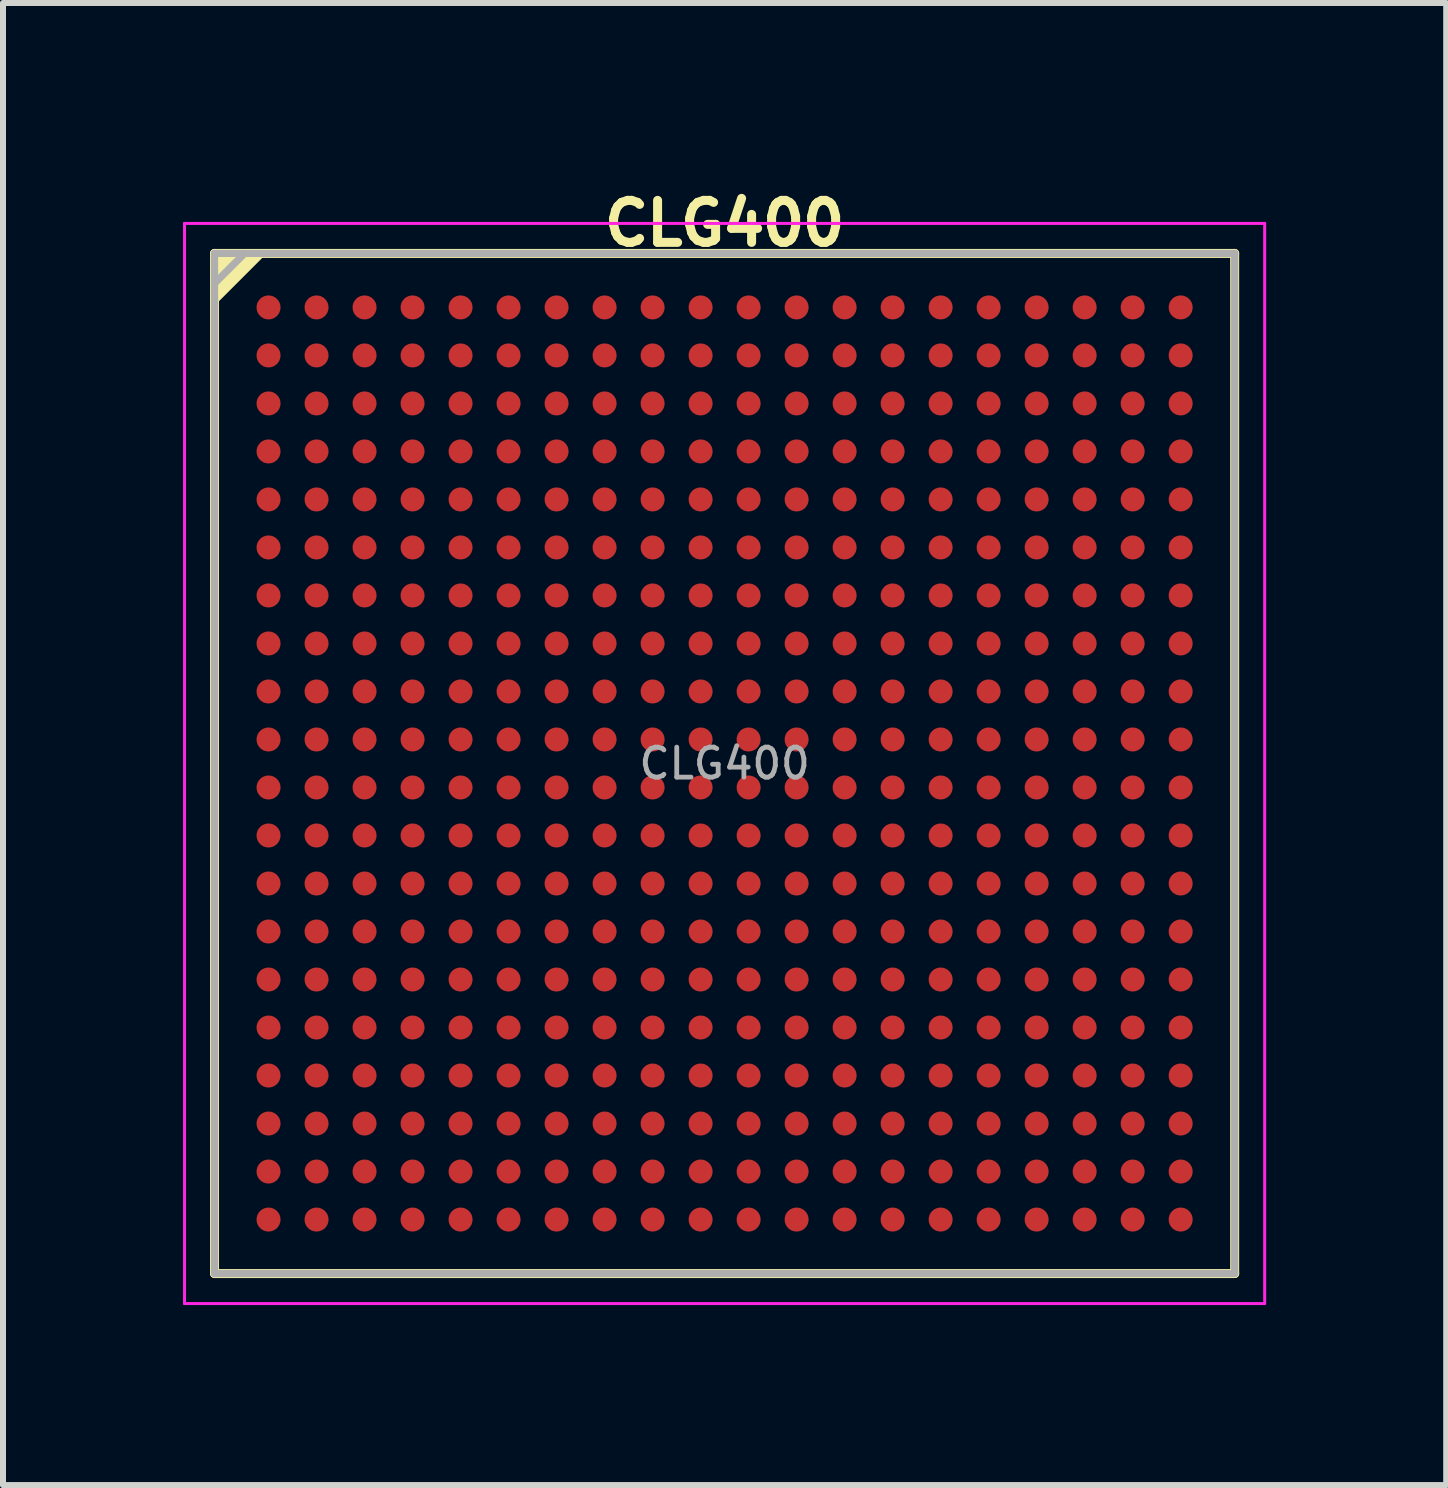
<source format=kicad_pcb>
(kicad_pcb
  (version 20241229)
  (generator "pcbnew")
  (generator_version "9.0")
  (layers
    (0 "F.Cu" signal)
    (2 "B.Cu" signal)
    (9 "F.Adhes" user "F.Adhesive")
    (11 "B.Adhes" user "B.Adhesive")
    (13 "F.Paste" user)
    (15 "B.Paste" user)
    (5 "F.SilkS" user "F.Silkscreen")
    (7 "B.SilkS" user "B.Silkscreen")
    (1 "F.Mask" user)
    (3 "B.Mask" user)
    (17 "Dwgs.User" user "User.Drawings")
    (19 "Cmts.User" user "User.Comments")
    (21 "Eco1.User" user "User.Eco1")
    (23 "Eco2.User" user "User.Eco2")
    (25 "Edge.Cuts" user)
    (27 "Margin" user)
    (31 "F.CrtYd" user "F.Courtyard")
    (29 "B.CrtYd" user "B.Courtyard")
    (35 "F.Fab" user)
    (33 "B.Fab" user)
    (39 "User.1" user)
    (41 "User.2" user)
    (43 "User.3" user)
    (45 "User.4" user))
  (footprint "CLG400"
    (layer "F.Cu")
    (at 9.025 9.673)
    (property "Reference" "CLG400" (at 0 -9 0) (layer "F.SilkS") (effects (font (size 0.7 0.7) (thickness 0.15))))
    (property "Value" "${VALUE}" (at 0 8 0) (layer "F.Fab") (hide yes) (effects (font (size 0.4 0.4) (thickness 0.07))))
    (attr through_hole)
    (fp_line (start -8.5 -8.5) (end -8.5 8.5) (stroke (width 0.15) (type solid)) (layer "F.SilkS"))
    (fp_line (start -8.5 8.5) (end 8.5 8.5) (stroke (width 0.15) (type solid)) (layer "F.SilkS"))
    (fp_line (start 8.5 -8.5) (end -8.5 -8.5) (stroke (width 0.15) (type solid)) (layer "F.SilkS"))
    (fp_line (start 8.5 8.5) (end 8.5 -8.5) (stroke (width 0.15) (type solid)) (layer "F.SilkS"))
    (fp_poly (pts (xy -8.5 -7.7) (xy -7.7 -8.5) (xy -8.5 -8.5)) (stroke (width 0.1) (type solid)) (fill yes) (layer "F.SilkS"))
    (fp_line (start -9 -9) (end 9 -9) (stroke (width 0.05) (type solid)) (layer "F.CrtYd"))
    (fp_line (start -9 9) (end -9 -9) (stroke (width 0.05) (type solid)) (layer "F.CrtYd"))
    (fp_line (start 9 -9) (end 9 9) (stroke (width 0.05) (type solid)) (layer "F.CrtYd"))
    (fp_line (start 9 9) (end -9 9) (stroke (width 0.05) (type solid)) (layer "F.CrtYd"))
    (fp_line (start -8.5 -8.5) (end 8.5 -8.5) (stroke (width 0.12) (type solid)) (layer "F.Fab"))
    (fp_line (start -8.5 8.5) (end -8.5 -8.5) (stroke (width 0.12) (type solid)) (layer "F.Fab"))
    (fp_line (start -8 -8.5) (end -8.5 -8) (stroke (width 0.12) (type solid)) (layer "F.Fab"))
    (fp_line (start 8.5 -8.5) (end 8.5 8.5) (stroke (width 0.12) (type solid)) (layer "F.Fab"))
    (fp_line (start 8.5 8.5) (end -8.5 8.5) (stroke (width 0.12) (type solid)) (layer "F.Fab"))
    (fp_poly (pts (xy -8.5 -8) (xy -8.5 -8.5) (xy -8 -8.5)) (stroke (width 0.1) (type solid)) (fill no) (layer "F.Fab"))
    (fp_text user "${REFERENCE}" (at 0 0 0) (layer "F.Fab") (effects (font (size 0.5 0.5) (thickness 0.08))))
    (pad "A1" smd circle (at -7.6 -7.6) (size 0.4 0.4) (layers "F.Cu" "F.Mask" "F.Paste"))
    (pad "A2" smd circle (at -6.8 -7.6) (size 0.4 0.4) (layers "F.Cu" "F.Mask" "F.Paste"))
    (pad "A3" smd circle (at -6 -7.6) (size 0.4 0.4) (layers "F.Cu" "F.Mask" "F.Paste"))
    (pad "A4" smd circle (at -5.2 -7.6) (size 0.4 0.4) (layers "F.Cu" "F.Mask" "F.Paste"))
    (pad "A5" smd circle (at -4.4 -7.6) (size 0.4 0.4) (layers "F.Cu" "F.Mask" "F.Paste"))
    (pad "A6" smd circle (at -3.6 -7.6) (size 0.4 0.4) (layers "F.Cu" "F.Mask" "F.Paste"))
    (pad "A7" smd circle (at -2.8 -7.6) (size 0.4 0.4) (layers "F.Cu" "F.Mask" "F.Paste"))
    (pad "A8" smd circle (at -2 -7.6) (size 0.4 0.4) (layers "F.Cu" "F.Mask" "F.Paste"))
    (pad "A9" smd circle (at -1.2 -7.6) (size 0.4 0.4) (layers "F.Cu" "F.Mask" "F.Paste"))
    (pad "A10" smd circle (at -0.4 -7.6) (size 0.4 0.4) (layers "F.Cu" "F.Mask" "F.Paste"))
    (pad "A11" smd circle (at 0.4 -7.6) (size 0.4 0.4) (layers "F.Cu" "F.Mask" "F.Paste"))
    (pad "A12" smd circle (at 1.2 -7.6) (size 0.4 0.4) (layers "F.Cu" "F.Mask" "F.Paste"))
    (pad "A13" smd circle (at 2 -7.6) (size 0.4 0.4) (layers "F.Cu" "F.Mask" "F.Paste"))
    (pad "A14" smd circle (at 2.8 -7.6) (size 0.4 0.4) (layers "F.Cu" "F.Mask" "F.Paste"))
    (pad "A15" smd circle (at 3.6 -7.6) (size 0.4 0.4) (layers "F.Cu" "F.Mask" "F.Paste"))
    (pad "A16" smd circle (at 4.4 -7.6) (size 0.4 0.4) (layers "F.Cu" "F.Mask" "F.Paste"))
    (pad "A17" smd circle (at 5.2 -7.6) (size 0.4 0.4) (layers "F.Cu" "F.Mask" "F.Paste"))
    (pad "A18" smd circle (at 6 -7.6) (size 0.4 0.4) (layers "F.Cu" "F.Mask" "F.Paste"))
    (pad "A19" smd circle (at 6.8 -7.6) (size 0.4 0.4) (layers "F.Cu" "F.Mask" "F.Paste"))
    (pad "A20" smd circle (at 7.6 -7.6) (size 0.4 0.4) (layers "F.Cu" "F.Mask" "F.Paste"))
    (pad "B1" smd circle (at -7.6 -6.8) (size 0.4 0.4) (layers "F.Cu" "F.Mask" "F.Paste"))
    (pad "B2" smd circle (at -6.8 -6.8) (size 0.4 0.4) (layers "F.Cu" "F.Mask" "F.Paste"))
    (pad "B3" smd circle (at -6 -6.8) (size 0.4 0.4) (layers "F.Cu" "F.Mask" "F.Paste"))
    (pad "B4" smd circle (at -5.2 -6.8) (size 0.4 0.4) (layers "F.Cu" "F.Mask" "F.Paste"))
    (pad "B5" smd circle (at -4.4 -6.8) (size 0.4 0.4) (layers "F.Cu" "F.Mask" "F.Paste"))
    (pad "B6" smd circle (at -3.6 -6.8) (size 0.4 0.4) (layers "F.Cu" "F.Mask" "F.Paste"))
    (pad "B7" smd circle (at -2.8 -6.8) (size 0.4 0.4) (layers "F.Cu" "F.Mask" "F.Paste"))
    (pad "B8" smd circle (at -2 -6.8) (size 0.4 0.4) (layers "F.Cu" "F.Mask" "F.Paste"))
    (pad "B9" smd circle (at -1.2 -6.8) (size 0.4 0.4) (layers "F.Cu" "F.Mask" "F.Paste"))
    (pad "B10" smd circle (at -0.4 -6.8) (size 0.4 0.4) (layers "F.Cu" "F.Mask" "F.Paste"))
    (pad "B11" smd circle (at 0.4 -6.8) (size 0.4 0.4) (layers "F.Cu" "F.Mask" "F.Paste"))
    (pad "B12" smd circle (at 1.2 -6.8) (size 0.4 0.4) (layers "F.Cu" "F.Mask" "F.Paste"))
    (pad "B13" smd circle (at 2 -6.8) (size 0.4 0.4) (layers "F.Cu" "F.Mask" "F.Paste"))
    (pad "B14" smd circle (at 2.8 -6.8) (size 0.4 0.4) (layers "F.Cu" "F.Mask" "F.Paste"))
    (pad "B15" smd circle (at 3.6 -6.8) (size 0.4 0.4) (layers "F.Cu" "F.Mask" "F.Paste"))
    (pad "B16" smd circle (at 4.4 -6.8) (size 0.4 0.4) (layers "F.Cu" "F.Mask" "F.Paste"))
    (pad "B17" smd circle (at 5.2 -6.8) (size 0.4 0.4) (layers "F.Cu" "F.Mask" "F.Paste"))
    (pad "B18" smd circle (at 6 -6.8) (size 0.4 0.4) (layers "F.Cu" "F.Mask" "F.Paste"))
    (pad "B19" smd circle (at 6.8 -6.8) (size 0.4 0.4) (layers "F.Cu" "F.Mask" "F.Paste"))
    (pad "B20" smd circle (at 7.6 -6.8) (size 0.4 0.4) (layers "F.Cu" "F.Mask" "F.Paste"))
    (pad "C1" smd circle (at -7.6 -6) (size 0.4 0.4) (layers "F.Cu" "F.Mask" "F.Paste"))
    (pad "C2" smd circle (at -6.8 -6) (size 0.4 0.4) (layers "F.Cu" "F.Mask" "F.Paste"))
    (pad "C3" smd circle (at -6 -6) (size 0.4 0.4) (layers "F.Cu" "F.Mask" "F.Paste"))
    (pad "C4" smd circle (at -5.2 -6) (size 0.4 0.4) (layers "F.Cu" "F.Mask" "F.Paste"))
    (pad "C5" smd circle (at -4.4 -6) (size 0.4 0.4) (layers "F.Cu" "F.Mask" "F.Paste"))
    (pad "C6" smd circle (at -3.6 -6) (size 0.4 0.4) (layers "F.Cu" "F.Mask" "F.Paste"))
    (pad "C7" smd circle (at -2.8 -6) (size 0.4 0.4) (layers "F.Cu" "F.Mask" "F.Paste"))
    (pad "C8" smd circle (at -2 -6) (size 0.4 0.4) (layers "F.Cu" "F.Mask" "F.Paste"))
    (pad "C9" smd circle (at -1.2 -6) (size 0.4 0.4) (layers "F.Cu" "F.Mask" "F.Paste"))
    (pad "C10" smd circle (at -0.4 -6) (size 0.4 0.4) (layers "F.Cu" "F.Mask" "F.Paste"))
    (pad "C11" smd circle (at 0.4 -6) (size 0.4 0.4) (layers "F.Cu" "F.Mask" "F.Paste"))
    (pad "C12" smd circle (at 1.2 -6) (size 0.4 0.4) (layers "F.Cu" "F.Mask" "F.Paste"))
    (pad "C13" smd circle (at 2 -6) (size 0.4 0.4) (layers "F.Cu" "F.Mask" "F.Paste"))
    (pad "C14" smd circle (at 2.8 -6) (size 0.4 0.4) (layers "F.Cu" "F.Mask" "F.Paste"))
    (pad "C15" smd circle (at 3.6 -6) (size 0.4 0.4) (layers "F.Cu" "F.Mask" "F.Paste"))
    (pad "C16" smd circle (at 4.4 -6) (size 0.4 0.4) (layers "F.Cu" "F.Mask" "F.Paste"))
    (pad "C17" smd circle (at 5.2 -6) (size 0.4 0.4) (layers "F.Cu" "F.Mask" "F.Paste"))
    (pad "C18" smd circle (at 6 -6) (size 0.4 0.4) (layers "F.Cu" "F.Mask" "F.Paste"))
    (pad "C19" smd circle (at 6.8 -6) (size 0.4 0.4) (layers "F.Cu" "F.Mask" "F.Paste"))
    (pad "C20" smd circle (at 7.6 -6) (size 0.4 0.4) (layers "F.Cu" "F.Mask" "F.Paste"))
    (pad "D1" smd circle (at -7.6 -5.2) (size 0.4 0.4) (layers "F.Cu" "F.Mask" "F.Paste"))
    (pad "D2" smd circle (at -6.8 -5.2) (size 0.4 0.4) (layers "F.Cu" "F.Mask" "F.Paste"))
    (pad "D3" smd circle (at -6 -5.2) (size 0.4 0.4) (layers "F.Cu" "F.Mask" "F.Paste"))
    (pad "D4" smd circle (at -5.2 -5.2) (size 0.4 0.4) (layers "F.Cu" "F.Mask" "F.Paste"))
    (pad "D5" smd circle (at -4.4 -5.2) (size 0.4 0.4) (layers "F.Cu" "F.Mask" "F.Paste"))
    (pad "D6" smd circle (at -3.6 -5.2) (size 0.4 0.4) (layers "F.Cu" "F.Mask" "F.Paste"))
    (pad "D7" smd circle (at -2.8 -5.2) (size 0.4 0.4) (layers "F.Cu" "F.Mask" "F.Paste"))
    (pad "D8" smd circle (at -2 -5.2) (size 0.4 0.4) (layers "F.Cu" "F.Mask" "F.Paste"))
    (pad "D9" smd circle (at -1.2 -5.2) (size 0.4 0.4) (layers "F.Cu" "F.Mask" "F.Paste"))
    (pad "D10" smd circle (at -0.4 -5.2) (size 0.4 0.4) (layers "F.Cu" "F.Mask" "F.Paste"))
    (pad "D11" smd circle (at 0.4 -5.2) (size 0.4 0.4) (layers "F.Cu" "F.Mask" "F.Paste"))
    (pad "D12" smd circle (at 1.2 -5.2) (size 0.4 0.4) (layers "F.Cu" "F.Mask" "F.Paste"))
    (pad "D13" smd circle (at 2 -5.2) (size 0.4 0.4) (layers "F.Cu" "F.Mask" "F.Paste"))
    (pad "D14" smd circle (at 2.8 -5.2) (size 0.4 0.4) (layers "F.Cu" "F.Mask" "F.Paste"))
    (pad "D15" smd circle (at 3.6 -5.2) (size 0.4 0.4) (layers "F.Cu" "F.Mask" "F.Paste"))
    (pad "D16" smd circle (at 4.4 -5.2) (size 0.4 0.4) (layers "F.Cu" "F.Mask" "F.Paste"))
    (pad "D17" smd circle (at 5.2 -5.2) (size 0.4 0.4) (layers "F.Cu" "F.Mask" "F.Paste"))
    (pad "D18" smd circle (at 6 -5.2) (size 0.4 0.4) (layers "F.Cu" "F.Mask" "F.Paste"))
    (pad "D19" smd circle (at 6.8 -5.2) (size 0.4 0.4) (layers "F.Cu" "F.Mask" "F.Paste"))
    (pad "D20" smd circle (at 7.6 -5.2) (size 0.4 0.4) (layers "F.Cu" "F.Mask" "F.Paste"))
    (pad "E1" smd circle (at -7.6 -4.4) (size 0.4 0.4) (layers "F.Cu" "F.Mask" "F.Paste"))
    (pad "E2" smd circle (at -6.8 -4.4) (size 0.4 0.4) (layers "F.Cu" "F.Mask" "F.Paste"))
    (pad "E3" smd circle (at -6 -4.4) (size 0.4 0.4) (layers "F.Cu" "F.Mask" "F.Paste"))
    (pad "E4" smd circle (at -5.2 -4.4) (size 0.4 0.4) (layers "F.Cu" "F.Mask" "F.Paste"))
    (pad "E5" smd circle (at -4.4 -4.4) (size 0.4 0.4) (layers "F.Cu" "F.Mask" "F.Paste"))
    (pad "E6" smd circle (at -3.6 -4.4) (size 0.4 0.4) (layers "F.Cu" "F.Mask" "F.Paste"))
    (pad "E7" smd circle (at -2.8 -4.4) (size 0.4 0.4) (layers "F.Cu" "F.Mask" "F.Paste"))
    (pad "E8" smd circle (at -2 -4.4) (size 0.4 0.4) (layers "F.Cu" "F.Mask" "F.Paste"))
    (pad "E9" smd circle (at -1.2 -4.4) (size 0.4 0.4) (layers "F.Cu" "F.Mask" "F.Paste"))
    (pad "E10" smd circle (at -0.4 -4.4) (size 0.4 0.4) (layers "F.Cu" "F.Mask" "F.Paste"))
    (pad "E11" smd circle (at 0.4 -4.4) (size 0.4 0.4) (layers "F.Cu" "F.Mask" "F.Paste"))
    (pad "E12" smd circle (at 1.2 -4.4) (size 0.4 0.4) (layers "F.Cu" "F.Mask" "F.Paste"))
    (pad "E13" smd circle (at 2 -4.4) (size 0.4 0.4) (layers "F.Cu" "F.Mask" "F.Paste"))
    (pad "E14" smd circle (at 2.8 -4.4) (size 0.4 0.4) (layers "F.Cu" "F.Mask" "F.Paste"))
    (pad "E15" smd circle (at 3.6 -4.4) (size 0.4 0.4) (layers "F.Cu" "F.Mask" "F.Paste"))
    (pad "E16" smd circle (at 4.4 -4.4) (size 0.4 0.4) (layers "F.Cu" "F.Mask" "F.Paste"))
    (pad "E17" smd circle (at 5.2 -4.4) (size 0.4 0.4) (layers "F.Cu" "F.Mask" "F.Paste"))
    (pad "E18" smd circle (at 6 -4.4) (size 0.4 0.4) (layers "F.Cu" "F.Mask" "F.Paste"))
    (pad "E19" smd circle (at 6.8 -4.4) (size 0.4 0.4) (layers "F.Cu" "F.Mask" "F.Paste"))
    (pad "E20" smd circle (at 7.6 -4.4) (size 0.4 0.4) (layers "F.Cu" "F.Mask" "F.Paste"))
    (pad "F1" smd circle (at -7.6 -3.6) (size 0.4 0.4) (layers "F.Cu" "F.Mask" "F.Paste"))
    (pad "F2" smd circle (at -6.8 -3.6) (size 0.4 0.4) (layers "F.Cu" "F.Mask" "F.Paste"))
    (pad "F3" smd circle (at -6 -3.6) (size 0.4 0.4) (layers "F.Cu" "F.Mask" "F.Paste"))
    (pad "F4" smd circle (at -5.2 -3.6) (size 0.4 0.4) (layers "F.Cu" "F.Mask" "F.Paste"))
    (pad "F5" smd circle (at -4.4 -3.6) (size 0.4 0.4) (layers "F.Cu" "F.Mask" "F.Paste"))
    (pad "F6" smd circle (at -3.6 -3.6) (size 0.4 0.4) (layers "F.Cu" "F.Mask" "F.Paste"))
    (pad "F7" smd circle (at -2.8 -3.6) (size 0.4 0.4) (layers "F.Cu" "F.Mask" "F.Paste"))
    (pad "F8" smd circle (at -2 -3.6) (size 0.4 0.4) (layers "F.Cu" "F.Mask" "F.Paste"))
    (pad "F9" smd circle (at -1.2 -3.6) (size 0.4 0.4) (layers "F.Cu" "F.Mask" "F.Paste"))
    (pad "F10" smd circle (at -0.4 -3.6) (size 0.4 0.4) (layers "F.Cu" "F.Mask" "F.Paste"))
    (pad "F11" smd circle (at 0.4 -3.6) (size 0.4 0.4) (layers "F.Cu" "F.Mask" "F.Paste"))
    (pad "F12" smd circle (at 1.2 -3.6) (size 0.4 0.4) (layers "F.Cu" "F.Mask" "F.Paste"))
    (pad "F13" smd circle (at 2 -3.6) (size 0.4 0.4) (layers "F.Cu" "F.Mask" "F.Paste"))
    (pad "F14" smd circle (at 2.8 -3.6) (size 0.4 0.4) (layers "F.Cu" "F.Mask" "F.Paste"))
    (pad "F15" smd circle (at 3.6 -3.6) (size 0.4 0.4) (layers "F.Cu" "F.Mask" "F.Paste"))
    (pad "F16" smd circle (at 4.4 -3.6) (size 0.4 0.4) (layers "F.Cu" "F.Mask" "F.Paste"))
    (pad "F17" smd circle (at 5.2 -3.6) (size 0.4 0.4) (layers "F.Cu" "F.Mask" "F.Paste"))
    (pad "F18" smd circle (at 6 -3.6) (size 0.4 0.4) (layers "F.Cu" "F.Mask" "F.Paste"))
    (pad "F19" smd circle (at 6.8 -3.6) (size 0.4 0.4) (layers "F.Cu" "F.Mask" "F.Paste"))
    (pad "F20" smd circle (at 7.6 -3.6) (size 0.4 0.4) (layers "F.Cu" "F.Mask" "F.Paste"))
    (pad "G1" smd circle (at -7.6 -2.8) (size 0.4 0.4) (layers "F.Cu" "F.Mask" "F.Paste"))
    (pad "G2" smd circle (at -6.8 -2.8) (size 0.4 0.4) (layers "F.Cu" "F.Mask" "F.Paste"))
    (pad "G3" smd circle (at -6 -2.8) (size 0.4 0.4) (layers "F.Cu" "F.Mask" "F.Paste"))
    (pad "G4" smd circle (at -5.2 -2.8) (size 0.4 0.4) (layers "F.Cu" "F.Mask" "F.Paste"))
    (pad "G5" smd circle (at -4.4 -2.8) (size 0.4 0.4) (layers "F.Cu" "F.Mask" "F.Paste"))
    (pad "G6" smd circle (at -3.6 -2.8) (size 0.4 0.4) (layers "F.Cu" "F.Mask" "F.Paste"))
    (pad "G7" smd circle (at -2.8 -2.8) (size 0.4 0.4) (layers "F.Cu" "F.Mask" "F.Paste"))
    (pad "G8" smd circle (at -2 -2.8) (size 0.4 0.4) (layers "F.Cu" "F.Mask" "F.Paste"))
    (pad "G9" smd circle (at -1.2 -2.8) (size 0.4 0.4) (layers "F.Cu" "F.Mask" "F.Paste"))
    (pad "G10" smd circle (at -0.4 -2.8) (size 0.4 0.4) (layers "F.Cu" "F.Mask" "F.Paste"))
    (pad "G11" smd circle (at 0.4 -2.8) (size 0.4 0.4) (layers "F.Cu" "F.Mask" "F.Paste"))
    (pad "G12" smd circle (at 1.2 -2.8) (size 0.4 0.4) (layers "F.Cu" "F.Mask" "F.Paste"))
    (pad "G13" smd circle (at 2 -2.8) (size 0.4 0.4) (layers "F.Cu" "F.Mask" "F.Paste"))
    (pad "G14" smd circle (at 2.8 -2.8) (size 0.4 0.4) (layers "F.Cu" "F.Mask" "F.Paste"))
    (pad "G15" smd circle (at 3.6 -2.8) (size 0.4 0.4) (layers "F.Cu" "F.Mask" "F.Paste"))
    (pad "G16" smd circle (at 4.4 -2.8) (size 0.4 0.4) (layers "F.Cu" "F.Mask" "F.Paste"))
    (pad "G17" smd circle (at 5.2 -2.8) (size 0.4 0.4) (layers "F.Cu" "F.Mask" "F.Paste"))
    (pad "G18" smd circle (at 6 -2.8) (size 0.4 0.4) (layers "F.Cu" "F.Mask" "F.Paste"))
    (pad "G19" smd circle (at 6.8 -2.8) (size 0.4 0.4) (layers "F.Cu" "F.Mask" "F.Paste"))
    (pad "G20" smd circle (at 7.6 -2.8) (size 0.4 0.4) (layers "F.Cu" "F.Mask" "F.Paste"))
    (pad "H1" smd circle (at -7.6 -2) (size 0.4 0.4) (layers "F.Cu" "F.Mask" "F.Paste"))
    (pad "H2" smd circle (at -6.8 -2) (size 0.4 0.4) (layers "F.Cu" "F.Mask" "F.Paste"))
    (pad "H3" smd circle (at -6 -2) (size 0.4 0.4) (layers "F.Cu" "F.Mask" "F.Paste"))
    (pad "H4" smd circle (at -5.2 -2) (size 0.4 0.4) (layers "F.Cu" "F.Mask" "F.Paste"))
    (pad "H5" smd circle (at -4.4 -2) (size 0.4 0.4) (layers "F.Cu" "F.Mask" "F.Paste"))
    (pad "H6" smd circle (at -3.6 -2) (size 0.4 0.4) (layers "F.Cu" "F.Mask" "F.Paste"))
    (pad "H7" smd circle (at -2.8 -2) (size 0.4 0.4) (layers "F.Cu" "F.Mask" "F.Paste"))
    (pad "H8" smd circle (at -2 -2) (size 0.4 0.4) (layers "F.Cu" "F.Mask" "F.Paste"))
    (pad "H9" smd circle (at -1.2 -2) (size 0.4 0.4) (layers "F.Cu" "F.Mask" "F.Paste"))
    (pad "H10" smd circle (at -0.4 -2) (size 0.4 0.4) (layers "F.Cu" "F.Mask" "F.Paste"))
    (pad "H11" smd circle (at 0.4 -2) (size 0.4 0.4) (layers "F.Cu" "F.Mask" "F.Paste"))
    (pad "H12" smd circle (at 1.2 -2) (size 0.4 0.4) (layers "F.Cu" "F.Mask" "F.Paste"))
    (pad "H13" smd circle (at 2 -2) (size 0.4 0.4) (layers "F.Cu" "F.Mask" "F.Paste"))
    (pad "H14" smd circle (at 2.8 -2) (size 0.4 0.4) (layers "F.Cu" "F.Mask" "F.Paste"))
    (pad "H15" smd circle (at 3.6 -2) (size 0.4 0.4) (layers "F.Cu" "F.Mask" "F.Paste"))
    (pad "H16" smd circle (at 4.4 -2) (size 0.4 0.4) (layers "F.Cu" "F.Mask" "F.Paste"))
    (pad "H17" smd circle (at 5.2 -2) (size 0.4 0.4) (layers "F.Cu" "F.Mask" "F.Paste"))
    (pad "H18" smd circle (at 6 -2) (size 0.4 0.4) (layers "F.Cu" "F.Mask" "F.Paste"))
    (pad "H19" smd circle (at 6.8 -2) (size 0.4 0.4) (layers "F.Cu" "F.Mask" "F.Paste"))
    (pad "H20" smd circle (at 7.6 -2) (size 0.4 0.4) (layers "F.Cu" "F.Mask" "F.Paste"))
    (pad "J1" smd circle (at -7.6 -1.2) (size 0.4 0.4) (layers "F.Cu" "F.Mask" "F.Paste"))
    (pad "J2" smd circle (at -6.8 -1.2) (size 0.4 0.4) (layers "F.Cu" "F.Mask" "F.Paste"))
    (pad "J3" smd circle (at -6 -1.2) (size 0.4 0.4) (layers "F.Cu" "F.Mask" "F.Paste"))
    (pad "J4" smd circle (at -5.2 -1.2) (size 0.4 0.4) (layers "F.Cu" "F.Mask" "F.Paste"))
    (pad "J5" smd circle (at -4.4 -1.2) (size 0.4 0.4) (layers "F.Cu" "F.Mask" "F.Paste"))
    (pad "J6" smd circle (at -3.6 -1.2) (size 0.4 0.4) (layers "F.Cu" "F.Mask" "F.Paste"))
    (pad "J7" smd circle (at -2.8 -1.2) (size 0.4 0.4) (layers "F.Cu" "F.Mask" "F.Paste"))
    (pad "J8" smd circle (at -2 -1.2) (size 0.4 0.4) (layers "F.Cu" "F.Mask" "F.Paste"))
    (pad "J9" smd circle (at -1.2 -1.2) (size 0.4 0.4) (layers "F.Cu" "F.Mask" "F.Paste"))
    (pad "J10" smd circle (at -0.4 -1.2) (size 0.4 0.4) (layers "F.Cu" "F.Mask" "F.Paste"))
    (pad "J11" smd circle (at 0.4 -1.2) (size 0.4 0.4) (layers "F.Cu" "F.Mask" "F.Paste"))
    (pad "J12" smd circle (at 1.2 -1.2) (size 0.4 0.4) (layers "F.Cu" "F.Mask" "F.Paste"))
    (pad "J13" smd circle (at 2 -1.2) (size 0.4 0.4) (layers "F.Cu" "F.Mask" "F.Paste"))
    (pad "J14" smd circle (at 2.8 -1.2) (size 0.4 0.4) (layers "F.Cu" "F.Mask" "F.Paste"))
    (pad "J15" smd circle (at 3.6 -1.2) (size 0.4 0.4) (layers "F.Cu" "F.Mask" "F.Paste"))
    (pad "J16" smd circle (at 4.4 -1.2) (size 0.4 0.4) (layers "F.Cu" "F.Mask" "F.Paste"))
    (pad "J17" smd circle (at 5.2 -1.2) (size 0.4 0.4) (layers "F.Cu" "F.Mask" "F.Paste"))
    (pad "J18" smd circle (at 6 -1.2) (size 0.4 0.4) (layers "F.Cu" "F.Mask" "F.Paste"))
    (pad "J19" smd circle (at 6.8 -1.2) (size 0.4 0.4) (layers "F.Cu" "F.Mask" "F.Paste"))
    (pad "J20" smd circle (at 7.6 -1.2) (size 0.4 0.4) (layers "F.Cu" "F.Mask" "F.Paste"))
    (pad "K1" smd circle (at -7.6 -0.4) (size 0.4 0.4) (layers "F.Cu" "F.Mask" "F.Paste"))
    (pad "K2" smd circle (at -6.8 -0.4) (size 0.4 0.4) (layers "F.Cu" "F.Mask" "F.Paste"))
    (pad "K3" smd circle (at -6 -0.4) (size 0.4 0.4) (layers "F.Cu" "F.Mask" "F.Paste"))
    (pad "K4" smd circle (at -5.2 -0.4) (size 0.4 0.4) (layers "F.Cu" "F.Mask" "F.Paste"))
    (pad "K5" smd circle (at -4.4 -0.4) (size 0.4 0.4) (layers "F.Cu" "F.Mask" "F.Paste"))
    (pad "K6" smd circle (at -3.6 -0.4) (size 0.4 0.4) (layers "F.Cu" "F.Mask" "F.Paste"))
    (pad "K7" smd circle (at -2.8 -0.4) (size 0.4 0.4) (layers "F.Cu" "F.Mask" "F.Paste"))
    (pad "K8" smd circle (at -2 -0.4) (size 0.4 0.4) (layers "F.Cu" "F.Mask" "F.Paste"))
    (pad "K9" smd circle (at -1.2 -0.4) (size 0.4 0.4) (layers "F.Cu" "F.Mask" "F.Paste"))
    (pad "K10" smd circle (at -0.4 -0.4) (size 0.4 0.4) (layers "F.Cu" "F.Mask" "F.Paste"))
    (pad "K11" smd circle (at 0.4 -0.4) (size 0.4 0.4) (layers "F.Cu" "F.Mask" "F.Paste"))
    (pad "K12" smd circle (at 1.2 -0.4) (size 0.4 0.4) (layers "F.Cu" "F.Mask" "F.Paste"))
    (pad "K13" smd circle (at 2 -0.4) (size 0.4 0.4) (layers "F.Cu" "F.Mask" "F.Paste"))
    (pad "K14" smd circle (at 2.8 -0.4) (size 0.4 0.4) (layers "F.Cu" "F.Mask" "F.Paste"))
    (pad "K15" smd circle (at 3.6 -0.4) (size 0.4 0.4) (layers "F.Cu" "F.Mask" "F.Paste"))
    (pad "K16" smd circle (at 4.4 -0.4) (size 0.4 0.4) (layers "F.Cu" "F.Mask" "F.Paste"))
    (pad "K17" smd circle (at 5.2 -0.4) (size 0.4 0.4) (layers "F.Cu" "F.Mask" "F.Paste"))
    (pad "K18" smd circle (at 6 -0.4) (size 0.4 0.4) (layers "F.Cu" "F.Mask" "F.Paste"))
    (pad "K19" smd circle (at 6.8 -0.4) (size 0.4 0.4) (layers "F.Cu" "F.Mask" "F.Paste"))
    (pad "K20" smd circle (at 7.6 -0.4) (size 0.4 0.4) (layers "F.Cu" "F.Mask" "F.Paste"))
    (pad "L1" smd circle (at -7.6 0.4) (size 0.4 0.4) (layers "F.Cu" "F.Mask" "F.Paste"))
    (pad "L2" smd circle (at -6.8 0.4) (size 0.4 0.4) (layers "F.Cu" "F.Mask" "F.Paste"))
    (pad "L3" smd circle (at -6 0.4) (size 0.4 0.4) (layers "F.Cu" "F.Mask" "F.Paste"))
    (pad "L4" smd circle (at -5.2 0.4) (size 0.4 0.4) (layers "F.Cu" "F.Mask" "F.Paste"))
    (pad "L5" smd circle (at -4.4 0.4) (size 0.4 0.4) (layers "F.Cu" "F.Mask" "F.Paste"))
    (pad "L6" smd circle (at -3.6 0.4) (size 0.4 0.4) (layers "F.Cu" "F.Mask" "F.Paste"))
    (pad "L7" smd circle (at -2.8 0.4) (size 0.4 0.4) (layers "F.Cu" "F.Mask" "F.Paste"))
    (pad "L8" smd circle (at -2 0.4) (size 0.4 0.4) (layers "F.Cu" "F.Mask" "F.Paste"))
    (pad "L9" smd circle (at -1.2 0.4) (size 0.4 0.4) (layers "F.Cu" "F.Mask" "F.Paste"))
    (pad "L10" smd circle (at -0.4 0.4) (size 0.4 0.4) (layers "F.Cu" "F.Mask" "F.Paste"))
    (pad "L11" smd circle (at 0.4 0.4) (size 0.4 0.4) (layers "F.Cu" "F.Mask" "F.Paste"))
    (pad "L12" smd circle (at 1.2 0.4) (size 0.4 0.4) (layers "F.Cu" "F.Mask" "F.Paste"))
    (pad "L13" smd circle (at 2 0.4) (size 0.4 0.4) (layers "F.Cu" "F.Mask" "F.Paste"))
    (pad "L14" smd circle (at 2.8 0.4) (size 0.4 0.4) (layers "F.Cu" "F.Mask" "F.Paste"))
    (pad "L15" smd circle (at 3.6 0.4) (size 0.4 0.4) (layers "F.Cu" "F.Mask" "F.Paste"))
    (pad "L16" smd circle (at 4.4 0.4) (size 0.4 0.4) (layers "F.Cu" "F.Mask" "F.Paste"))
    (pad "L17" smd circle (at 5.2 0.4) (size 0.4 0.4) (layers "F.Cu" "F.Mask" "F.Paste"))
    (pad "L18" smd circle (at 6 0.4) (size 0.4 0.4) (layers "F.Cu" "F.Mask" "F.Paste"))
    (pad "L19" smd circle (at 6.8 0.4) (size 0.4 0.4) (layers "F.Cu" "F.Mask" "F.Paste"))
    (pad "L20" smd circle (at 7.6 0.4) (size 0.4 0.4) (layers "F.Cu" "F.Mask" "F.Paste"))
    (pad "M1" smd circle (at -7.6 1.2) (size 0.4 0.4) (layers "F.Cu" "F.Mask" "F.Paste"))
    (pad "M2" smd circle (at -6.8 1.2) (size 0.4 0.4) (layers "F.Cu" "F.Mask" "F.Paste"))
    (pad "M3" smd circle (at -6 1.2) (size 0.4 0.4) (layers "F.Cu" "F.Mask" "F.Paste"))
    (pad "M4" smd circle (at -5.2 1.2) (size 0.4 0.4) (layers "F.Cu" "F.Mask" "F.Paste"))
    (pad "M5" smd circle (at -4.4 1.2) (size 0.4 0.4) (layers "F.Cu" "F.Mask" "F.Paste"))
    (pad "M6" smd circle (at -3.6 1.2) (size 0.4 0.4) (layers "F.Cu" "F.Mask" "F.Paste"))
    (pad "M7" smd circle (at -2.8 1.2) (size 0.4 0.4) (layers "F.Cu" "F.Mask" "F.Paste"))
    (pad "M8" smd circle (at -2 1.2) (size 0.4 0.4) (layers "F.Cu" "F.Mask" "F.Paste"))
    (pad "M9" smd circle (at -1.2 1.2) (size 0.4 0.4) (layers "F.Cu" "F.Mask" "F.Paste"))
    (pad "M10" smd circle (at -0.4 1.2) (size 0.4 0.4) (layers "F.Cu" "F.Mask" "F.Paste"))
    (pad "M11" smd circle (at 0.4 1.2) (size 0.4 0.4) (layers "F.Cu" "F.Mask" "F.Paste"))
    (pad "M12" smd circle (at 1.2 1.2) (size 0.4 0.4) (layers "F.Cu" "F.Mask" "F.Paste"))
    (pad "M13" smd circle (at 2 1.2) (size 0.4 0.4) (layers "F.Cu" "F.Mask" "F.Paste"))
    (pad "M14" smd circle (at 2.8 1.2) (size 0.4 0.4) (layers "F.Cu" "F.Mask" "F.Paste"))
    (pad "M15" smd circle (at 3.6 1.2) (size 0.4 0.4) (layers "F.Cu" "F.Mask" "F.Paste"))
    (pad "M16" smd circle (at 4.4 1.2) (size 0.4 0.4) (layers "F.Cu" "F.Mask" "F.Paste"))
    (pad "M17" smd circle (at 5.2 1.2) (size 0.4 0.4) (layers "F.Cu" "F.Mask" "F.Paste"))
    (pad "M18" smd circle (at 6 1.2) (size 0.4 0.4) (layers "F.Cu" "F.Mask" "F.Paste"))
    (pad "M19" smd circle (at 6.8 1.2) (size 0.4 0.4) (layers "F.Cu" "F.Mask" "F.Paste"))
    (pad "M20" smd circle (at 7.6 1.2) (size 0.4 0.4) (layers "F.Cu" "F.Mask" "F.Paste"))
    (pad "N1" smd circle (at -7.6 2) (size 0.4 0.4) (layers "F.Cu" "F.Mask" "F.Paste"))
    (pad "N2" smd circle (at -6.8 2) (size 0.4 0.4) (layers "F.Cu" "F.Mask" "F.Paste"))
    (pad "N3" smd circle (at -6 2) (size 0.4 0.4) (layers "F.Cu" "F.Mask" "F.Paste"))
    (pad "N4" smd circle (at -5.2 2) (size 0.4 0.4) (layers "F.Cu" "F.Mask" "F.Paste"))
    (pad "N5" smd circle (at -4.4 2) (size 0.4 0.4) (layers "F.Cu" "F.Mask" "F.Paste"))
    (pad "N6" smd circle (at -3.6 2) (size 0.4 0.4) (layers "F.Cu" "F.Mask" "F.Paste"))
    (pad "N7" smd circle (at -2.8 2) (size 0.4 0.4) (layers "F.Cu" "F.Mask" "F.Paste"))
    (pad "N8" smd circle (at -2 2) (size 0.4 0.4) (layers "F.Cu" "F.Mask" "F.Paste"))
    (pad "N9" smd circle (at -1.2 2) (size 0.4 0.4) (layers "F.Cu" "F.Mask" "F.Paste"))
    (pad "N10" smd circle (at -0.4 2) (size 0.4 0.4) (layers "F.Cu" "F.Mask" "F.Paste"))
    (pad "N11" smd circle (at 0.4 2) (size 0.4 0.4) (layers "F.Cu" "F.Mask" "F.Paste"))
    (pad "N12" smd circle (at 1.2 2) (size 0.4 0.4) (layers "F.Cu" "F.Mask" "F.Paste"))
    (pad "N13" smd circle (at 2 2) (size 0.4 0.4) (layers "F.Cu" "F.Mask" "F.Paste"))
    (pad "N14" smd circle (at 2.8 2) (size 0.4 0.4) (layers "F.Cu" "F.Mask" "F.Paste"))
    (pad "N15" smd circle (at 3.6 2) (size 0.4 0.4) (layers "F.Cu" "F.Mask" "F.Paste"))
    (pad "N16" smd circle (at 4.4 2) (size 0.4 0.4) (layers "F.Cu" "F.Mask" "F.Paste"))
    (pad "N17" smd circle (at 5.2 2) (size 0.4 0.4) (layers "F.Cu" "F.Mask" "F.Paste"))
    (pad "N18" smd circle (at 6 2) (size 0.4 0.4) (layers "F.Cu" "F.Mask" "F.Paste"))
    (pad "N19" smd circle (at 6.8 2) (size 0.4 0.4) (layers "F.Cu" "F.Mask" "F.Paste"))
    (pad "N20" smd circle (at 7.6 2) (size 0.4 0.4) (layers "F.Cu" "F.Mask" "F.Paste"))
    (pad "P1" smd circle (at -7.6 2.8) (size 0.4 0.4) (layers "F.Cu" "F.Mask" "F.Paste"))
    (pad "P2" smd circle (at -6.8 2.8) (size 0.4 0.4) (layers "F.Cu" "F.Mask" "F.Paste"))
    (pad "P3" smd circle (at -6 2.8) (size 0.4 0.4) (layers "F.Cu" "F.Mask" "F.Paste"))
    (pad "P4" smd circle (at -5.2 2.8) (size 0.4 0.4) (layers "F.Cu" "F.Mask" "F.Paste"))
    (pad "P5" smd circle (at -4.4 2.8) (size 0.4 0.4) (layers "F.Cu" "F.Mask" "F.Paste"))
    (pad "P6" smd circle (at -3.6 2.8) (size 0.4 0.4) (layers "F.Cu" "F.Mask" "F.Paste"))
    (pad "P7" smd circle (at -2.8 2.8) (size 0.4 0.4) (layers "F.Cu" "F.Mask" "F.Paste"))
    (pad "P8" smd circle (at -2 2.8) (size 0.4 0.4) (layers "F.Cu" "F.Mask" "F.Paste"))
    (pad "P9" smd circle (at -1.2 2.8) (size 0.4 0.4) (layers "F.Cu" "F.Mask" "F.Paste"))
    (pad "P10" smd circle (at -0.4 2.8) (size 0.4 0.4) (layers "F.Cu" "F.Mask" "F.Paste"))
    (pad "P11" smd circle (at 0.4 2.8) (size 0.4 0.4) (layers "F.Cu" "F.Mask" "F.Paste"))
    (pad "P12" smd circle (at 1.2 2.8) (size 0.4 0.4) (layers "F.Cu" "F.Mask" "F.Paste"))
    (pad "P13" smd circle (at 2 2.8) (size 0.4 0.4) (layers "F.Cu" "F.Mask" "F.Paste"))
    (pad "P14" smd circle (at 2.8 2.8) (size 0.4 0.4) (layers "F.Cu" "F.Mask" "F.Paste"))
    (pad "P15" smd circle (at 3.6 2.8) (size 0.4 0.4) (layers "F.Cu" "F.Mask" "F.Paste"))
    (pad "P16" smd circle (at 4.4 2.8) (size 0.4 0.4) (layers "F.Cu" "F.Mask" "F.Paste"))
    (pad "P17" smd circle (at 5.2 2.8) (size 0.4 0.4) (layers "F.Cu" "F.Mask" "F.Paste"))
    (pad "P18" smd circle (at 6 2.8) (size 0.4 0.4) (layers "F.Cu" "F.Mask" "F.Paste"))
    (pad "P19" smd circle (at 6.8 2.8) (size 0.4 0.4) (layers "F.Cu" "F.Mask" "F.Paste"))
    (pad "P20" smd circle (at 7.6 2.8) (size 0.4 0.4) (layers "F.Cu" "F.Mask" "F.Paste"))
    (pad "R1" smd circle (at -7.6 3.6) (size 0.4 0.4) (layers "F.Cu" "F.Mask" "F.Paste"))
    (pad "R2" smd circle (at -6.8 3.6) (size 0.4 0.4) (layers "F.Cu" "F.Mask" "F.Paste"))
    (pad "R3" smd circle (at -6 3.6) (size 0.4 0.4) (layers "F.Cu" "F.Mask" "F.Paste"))
    (pad "R4" smd circle (at -5.2 3.6) (size 0.4 0.4) (layers "F.Cu" "F.Mask" "F.Paste"))
    (pad "R5" smd circle (at -4.4 3.6) (size 0.4 0.4) (layers "F.Cu" "F.Mask" "F.Paste"))
    (pad "R6" smd circle (at -3.6 3.6) (size 0.4 0.4) (layers "F.Cu" "F.Mask" "F.Paste"))
    (pad "R7" smd circle (at -2.8 3.6) (size 0.4 0.4) (layers "F.Cu" "F.Mask" "F.Paste"))
    (pad "R8" smd circle (at -2 3.6) (size 0.4 0.4) (layers "F.Cu" "F.Mask" "F.Paste"))
    (pad "R9" smd circle (at -1.2 3.6) (size 0.4 0.4) (layers "F.Cu" "F.Mask" "F.Paste"))
    (pad "R10" smd circle (at -0.4 3.6) (size 0.4 0.4) (layers "F.Cu" "F.Mask" "F.Paste"))
    (pad "R11" smd circle (at 0.4 3.6) (size 0.4 0.4) (layers "F.Cu" "F.Mask" "F.Paste"))
    (pad "R12" smd circle (at 1.2 3.6) (size 0.4 0.4) (layers "F.Cu" "F.Mask" "F.Paste"))
    (pad "R13" smd circle (at 2 3.6) (size 0.4 0.4) (layers "F.Cu" "F.Mask" "F.Paste"))
    (pad "R14" smd circle (at 2.8 3.6) (size 0.4 0.4) (layers "F.Cu" "F.Mask" "F.Paste"))
    (pad "R15" smd circle (at 3.6 3.6) (size 0.4 0.4) (layers "F.Cu" "F.Mask" "F.Paste"))
    (pad "R16" smd circle (at 4.4 3.6) (size 0.4 0.4) (layers "F.Cu" "F.Mask" "F.Paste"))
    (pad "R17" smd circle (at 5.2 3.6) (size 0.4 0.4) (layers "F.Cu" "F.Mask" "F.Paste"))
    (pad "R18" smd circle (at 6 3.6) (size 0.4 0.4) (layers "F.Cu" "F.Mask" "F.Paste"))
    (pad "R19" smd circle (at 6.8 3.6) (size 0.4 0.4) (layers "F.Cu" "F.Mask" "F.Paste"))
    (pad "R20" smd circle (at 7.6 3.6) (size 0.4 0.4) (layers "F.Cu" "F.Mask" "F.Paste"))
    (pad "T1" smd circle (at -7.6 4.4) (size 0.4 0.4) (layers "F.Cu" "F.Mask" "F.Paste"))
    (pad "T2" smd circle (at -6.8 4.4) (size 0.4 0.4) (layers "F.Cu" "F.Mask" "F.Paste"))
    (pad "T3" smd circle (at -6 4.4) (size 0.4 0.4) (layers "F.Cu" "F.Mask" "F.Paste"))
    (pad "T4" smd circle (at -5.2 4.4) (size 0.4 0.4) (layers "F.Cu" "F.Mask" "F.Paste"))
    (pad "T5" smd circle (at -4.4 4.4) (size 0.4 0.4) (layers "F.Cu" "F.Mask" "F.Paste"))
    (pad "T6" smd circle (at -3.6 4.4) (size 0.4 0.4) (layers "F.Cu" "F.Mask" "F.Paste"))
    (pad "T7" smd circle (at -2.8 4.4) (size 0.4 0.4) (layers "F.Cu" "F.Mask" "F.Paste"))
    (pad "T8" smd circle (at -2 4.4) (size 0.4 0.4) (layers "F.Cu" "F.Mask" "F.Paste"))
    (pad "T9" smd circle (at -1.2 4.4) (size 0.4 0.4) (layers "F.Cu" "F.Mask" "F.Paste"))
    (pad "T10" smd circle (at -0.4 4.4) (size 0.4 0.4) (layers "F.Cu" "F.Mask" "F.Paste"))
    (pad "T11" smd circle (at 0.4 4.4) (size 0.4 0.4) (layers "F.Cu" "F.Mask" "F.Paste"))
    (pad "T12" smd circle (at 1.2 4.4) (size 0.4 0.4) (layers "F.Cu" "F.Mask" "F.Paste"))
    (pad "T13" smd circle (at 2 4.4) (size 0.4 0.4) (layers "F.Cu" "F.Mask" "F.Paste"))
    (pad "T14" smd circle (at 2.8 4.4) (size 0.4 0.4) (layers "F.Cu" "F.Mask" "F.Paste"))
    (pad "T15" smd circle (at 3.6 4.4) (size 0.4 0.4) (layers "F.Cu" "F.Mask" "F.Paste"))
    (pad "T16" smd circle (at 4.4 4.4) (size 0.4 0.4) (layers "F.Cu" "F.Mask" "F.Paste"))
    (pad "T17" smd circle (at 5.2 4.4) (size 0.4 0.4) (layers "F.Cu" "F.Mask" "F.Paste"))
    (pad "T18" smd circle (at 6 4.4) (size 0.4 0.4) (layers "F.Cu" "F.Mask" "F.Paste"))
    (pad "T19" smd circle (at 6.8 4.4) (size 0.4 0.4) (layers "F.Cu" "F.Mask" "F.Paste"))
    (pad "T20" smd circle (at 7.6 4.4) (size 0.4 0.4) (layers "F.Cu" "F.Mask" "F.Paste"))
    (pad "U1" smd circle (at -7.6 5.2) (size 0.4 0.4) (layers "F.Cu" "F.Mask" "F.Paste"))
    (pad "U2" smd circle (at -6.8 5.2) (size 0.4 0.4) (layers "F.Cu" "F.Mask" "F.Paste"))
    (pad "U3" smd circle (at -6 5.2) (size 0.4 0.4) (layers "F.Cu" "F.Mask" "F.Paste"))
    (pad "U4" smd circle (at -5.2 5.2) (size 0.4 0.4) (layers "F.Cu" "F.Mask" "F.Paste"))
    (pad "U5" smd circle (at -4.4 5.2) (size 0.4 0.4) (layers "F.Cu" "F.Mask" "F.Paste"))
    (pad "U6" smd circle (at -3.6 5.2) (size 0.4 0.4) (layers "F.Cu" "F.Mask" "F.Paste"))
    (pad "U7" smd circle (at -2.8 5.2) (size 0.4 0.4) (layers "F.Cu" "F.Mask" "F.Paste"))
    (pad "U8" smd circle (at -2 5.2) (size 0.4 0.4) (layers "F.Cu" "F.Mask" "F.Paste"))
    (pad "U9" smd circle (at -1.2 5.2) (size 0.4 0.4) (layers "F.Cu" "F.Mask" "F.Paste"))
    (pad "U10" smd circle (at -0.4 5.2) (size 0.4 0.4) (layers "F.Cu" "F.Mask" "F.Paste"))
    (pad "U11" smd circle (at 0.4 5.2) (size 0.4 0.4) (layers "F.Cu" "F.Mask" "F.Paste"))
    (pad "U12" smd circle (at 1.2 5.2) (size 0.4 0.4) (layers "F.Cu" "F.Mask" "F.Paste"))
    (pad "U13" smd circle (at 2 5.2) (size 0.4 0.4) (layers "F.Cu" "F.Mask" "F.Paste"))
    (pad "U14" smd circle (at 2.8 5.2) (size 0.4 0.4) (layers "F.Cu" "F.Mask" "F.Paste"))
    (pad "U15" smd circle (at 3.6 5.2) (size 0.4 0.4) (layers "F.Cu" "F.Mask" "F.Paste"))
    (pad "U16" smd circle (at 4.4 5.2) (size 0.4 0.4) (layers "F.Cu" "F.Mask" "F.Paste"))
    (pad "U17" smd circle (at 5.2 5.2) (size 0.4 0.4) (layers "F.Cu" "F.Mask" "F.Paste"))
    (pad "U18" smd circle (at 6 5.2) (size 0.4 0.4) (layers "F.Cu" "F.Mask" "F.Paste"))
    (pad "U19" smd circle (at 6.8 5.2) (size 0.4 0.4) (layers "F.Cu" "F.Mask" "F.Paste"))
    (pad "U20" smd circle (at 7.6 5.2) (size 0.4 0.4) (layers "F.Cu" "F.Mask" "F.Paste"))
    (pad "V1" smd circle (at -7.6 6) (size 0.4 0.4) (layers "F.Cu" "F.Mask" "F.Paste"))
    (pad "V2" smd circle (at -6.8 6) (size 0.4 0.4) (layers "F.Cu" "F.Mask" "F.Paste"))
    (pad "V3" smd circle (at -6 6) (size 0.4 0.4) (layers "F.Cu" "F.Mask" "F.Paste"))
    (pad "V4" smd circle (at -5.2 6) (size 0.4 0.4) (layers "F.Cu" "F.Mask" "F.Paste"))
    (pad "V5" smd circle (at -4.4 6) (size 0.4 0.4) (layers "F.Cu" "F.Mask" "F.Paste"))
    (pad "V6" smd circle (at -3.6 6) (size 0.4 0.4) (layers "F.Cu" "F.Mask" "F.Paste"))
    (pad "V7" smd circle (at -2.8 6) (size 0.4 0.4) (layers "F.Cu" "F.Mask" "F.Paste"))
    (pad "V8" smd circle (at -2 6) (size 0.4 0.4) (layers "F.Cu" "F.Mask" "F.Paste"))
    (pad "V9" smd circle (at -1.2 6) (size 0.4 0.4) (layers "F.Cu" "F.Mask" "F.Paste"))
    (pad "V10" smd circle (at -0.4 6) (size 0.4 0.4) (layers "F.Cu" "F.Mask" "F.Paste"))
    (pad "V11" smd circle (at 0.4 6) (size 0.4 0.4) (layers "F.Cu" "F.Mask" "F.Paste"))
    (pad "V12" smd circle (at 1.2 6) (size 0.4 0.4) (layers "F.Cu" "F.Mask" "F.Paste"))
    (pad "V13" smd circle (at 2 6) (size 0.4 0.4) (layers "F.Cu" "F.Mask" "F.Paste"))
    (pad "V14" smd circle (at 2.8 6) (size 0.4 0.4) (layers "F.Cu" "F.Mask" "F.Paste"))
    (pad "V15" smd circle (at 3.6 6) (size 0.4 0.4) (layers "F.Cu" "F.Mask" "F.Paste"))
    (pad "V16" smd circle (at 4.4 6) (size 0.4 0.4) (layers "F.Cu" "F.Mask" "F.Paste"))
    (pad "V17" smd circle (at 5.2 6) (size 0.4 0.4) (layers "F.Cu" "F.Mask" "F.Paste"))
    (pad "V18" smd circle (at 6 6) (size 0.4 0.4) (layers "F.Cu" "F.Mask" "F.Paste"))
    (pad "V19" smd circle (at 6.8 6) (size 0.4 0.4) (layers "F.Cu" "F.Mask" "F.Paste"))
    (pad "V20" smd circle (at 7.6 6) (size 0.4 0.4) (layers "F.Cu" "F.Mask" "F.Paste"))
    (pad "W1" smd circle (at -7.6 6.8) (size 0.4 0.4) (layers "F.Cu" "F.Mask" "F.Paste"))
    (pad "W2" smd circle (at -6.8 6.8) (size 0.4 0.4) (layers "F.Cu" "F.Mask" "F.Paste"))
    (pad "W3" smd circle (at -6 6.8) (size 0.4 0.4) (layers "F.Cu" "F.Mask" "F.Paste"))
    (pad "W4" smd circle (at -5.2 6.8) (size 0.4 0.4) (layers "F.Cu" "F.Mask" "F.Paste"))
    (pad "W5" smd circle (at -4.4 6.8) (size 0.4 0.4) (layers "F.Cu" "F.Mask" "F.Paste"))
    (pad "W6" smd circle (at -3.6 6.8) (size 0.4 0.4) (layers "F.Cu" "F.Mask" "F.Paste"))
    (pad "W7" smd circle (at -2.8 6.8) (size 0.4 0.4) (layers "F.Cu" "F.Mask" "F.Paste"))
    (pad "W8" smd circle (at -2 6.8) (size 0.4 0.4) (layers "F.Cu" "F.Mask" "F.Paste"))
    (pad "W9" smd circle (at -1.2 6.8) (size 0.4 0.4) (layers "F.Cu" "F.Mask" "F.Paste"))
    (pad "W10" smd circle (at -0.4 6.8) (size 0.4 0.4) (layers "F.Cu" "F.Mask" "F.Paste"))
    (pad "W11" smd circle (at 0.4 6.8) (size 0.4 0.4) (layers "F.Cu" "F.Mask" "F.Paste"))
    (pad "W12" smd circle (at 1.2 6.8) (size 0.4 0.4) (layers "F.Cu" "F.Mask" "F.Paste"))
    (pad "W13" smd circle (at 2 6.8) (size 0.4 0.4) (layers "F.Cu" "F.Mask" "F.Paste"))
    (pad "W14" smd circle (at 2.8 6.8) (size 0.4 0.4) (layers "F.Cu" "F.Mask" "F.Paste"))
    (pad "W15" smd circle (at 3.6 6.8) (size 0.4 0.4) (layers "F.Cu" "F.Mask" "F.Paste"))
    (pad "W16" smd circle (at 4.4 6.8) (size 0.4 0.4) (layers "F.Cu" "F.Mask" "F.Paste"))
    (pad "W17" smd circle (at 5.2 6.8) (size 0.4 0.4) (layers "F.Cu" "F.Mask" "F.Paste"))
    (pad "W18" smd circle (at 6 6.8) (size 0.4 0.4) (layers "F.Cu" "F.Mask" "F.Paste"))
    (pad "W19" smd circle (at 6.8 6.8) (size 0.4 0.4) (layers "F.Cu" "F.Mask" "F.Paste"))
    (pad "W20" smd circle (at 7.6 6.8) (size 0.4 0.4) (layers "F.Cu" "F.Mask" "F.Paste"))
    (pad "Y1" smd circle (at -7.6 7.6) (size 0.4 0.4) (layers "F.Cu" "F.Mask" "F.Paste"))
    (pad "Y2" smd circle (at -6.8 7.6) (size 0.4 0.4) (layers "F.Cu" "F.Mask" "F.Paste"))
    (pad "Y3" smd circle (at -6 7.6) (size 0.4 0.4) (layers "F.Cu" "F.Mask" "F.Paste"))
    (pad "Y4" smd circle (at -5.2 7.6) (size 0.4 0.4) (layers "F.Cu" "F.Mask" "F.Paste"))
    (pad "Y5" smd circle (at -4.4 7.6) (size 0.4 0.4) (layers "F.Cu" "F.Mask" "F.Paste"))
    (pad "Y6" smd circle (at -3.6 7.6) (size 0.4 0.4) (layers "F.Cu" "F.Mask" "F.Paste"))
    (pad "Y7" smd circle (at -2.8 7.6) (size 0.4 0.4) (layers "F.Cu" "F.Mask" "F.Paste"))
    (pad "Y8" smd circle (at -2 7.6) (size 0.4 0.4) (layers "F.Cu" "F.Mask" "F.Paste"))
    (pad "Y9" smd circle (at -1.2 7.6) (size 0.4 0.4) (layers "F.Cu" "F.Mask" "F.Paste"))
    (pad "Y10" smd circle (at -0.4 7.6) (size 0.4 0.4) (layers "F.Cu" "F.Mask" "F.Paste"))
    (pad "Y11" smd circle (at 0.4 7.6) (size 0.4 0.4) (layers "F.Cu" "F.Mask" "F.Paste"))
    (pad "Y12" smd circle (at 1.2 7.6) (size 0.4 0.4) (layers "F.Cu" "F.Mask" "F.Paste"))
    (pad "Y13" smd circle (at 2 7.6) (size 0.4 0.4) (layers "F.Cu" "F.Mask" "F.Paste"))
    (pad "Y14" smd circle (at 2.8 7.6) (size 0.4 0.4) (layers "F.Cu" "F.Mask" "F.Paste"))
    (pad "Y15" smd circle (at 3.6 7.6) (size 0.4 0.4) (layers "F.Cu" "F.Mask" "F.Paste"))
    (pad "Y16" smd circle (at 4.4 7.6) (size 0.4 0.4) (layers "F.Cu" "F.Mask" "F.Paste"))
    (pad "Y17" smd circle (at 5.2 7.6) (size 0.4 0.4) (layers "F.Cu" "F.Mask" "F.Paste"))
    (pad "Y18" smd circle (at 6 7.6) (size 0.4 0.4) (layers "F.Cu" "F.Mask" "F.Paste"))
    (pad "Y19" smd circle (at 6.8 7.6) (size 0.4 0.4) (layers "F.Cu" "F.Mask" "F.Paste"))
    (pad "Y20" smd circle (at 7.6 7.6) (size 0.4 0.4) (layers "F.Cu" "F.Mask" "F.Paste")))
  (gr_rect
    (start -3 -3)
    (end 21.05 21.698)
    (stroke (width 0.1) (type default))
    (fill no)
    (layer "Edge.Cuts")))
</source>
